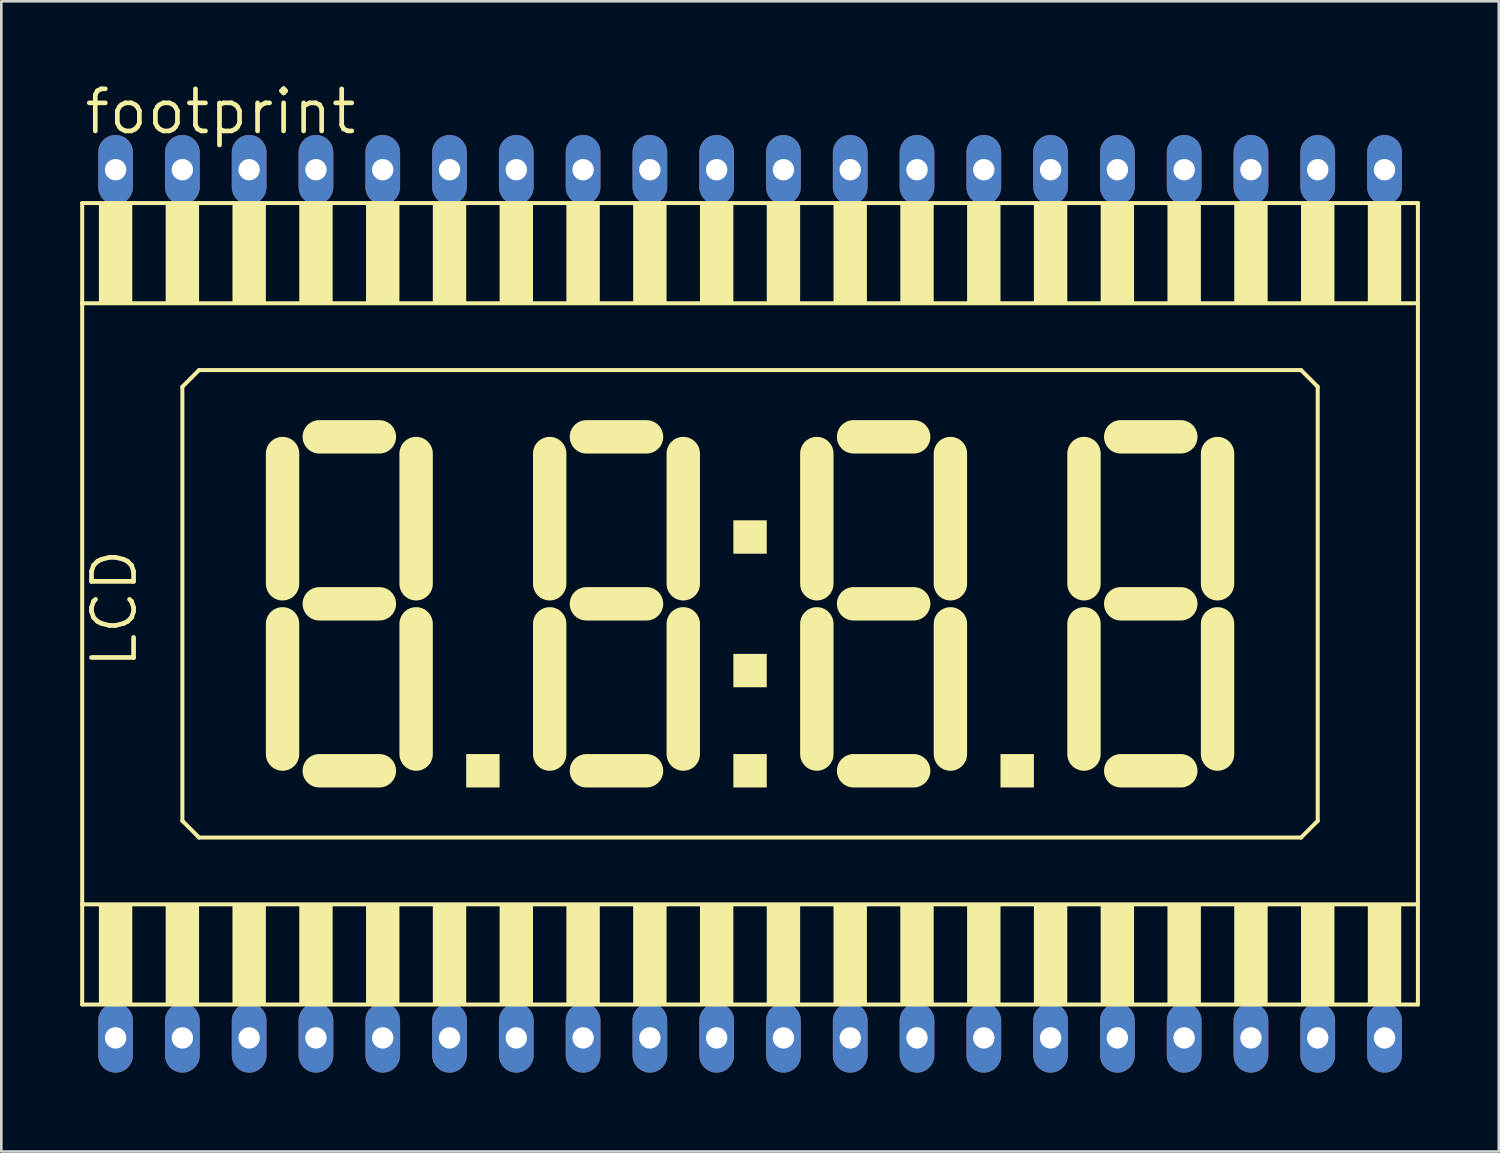
<source format=kicad_pcb>
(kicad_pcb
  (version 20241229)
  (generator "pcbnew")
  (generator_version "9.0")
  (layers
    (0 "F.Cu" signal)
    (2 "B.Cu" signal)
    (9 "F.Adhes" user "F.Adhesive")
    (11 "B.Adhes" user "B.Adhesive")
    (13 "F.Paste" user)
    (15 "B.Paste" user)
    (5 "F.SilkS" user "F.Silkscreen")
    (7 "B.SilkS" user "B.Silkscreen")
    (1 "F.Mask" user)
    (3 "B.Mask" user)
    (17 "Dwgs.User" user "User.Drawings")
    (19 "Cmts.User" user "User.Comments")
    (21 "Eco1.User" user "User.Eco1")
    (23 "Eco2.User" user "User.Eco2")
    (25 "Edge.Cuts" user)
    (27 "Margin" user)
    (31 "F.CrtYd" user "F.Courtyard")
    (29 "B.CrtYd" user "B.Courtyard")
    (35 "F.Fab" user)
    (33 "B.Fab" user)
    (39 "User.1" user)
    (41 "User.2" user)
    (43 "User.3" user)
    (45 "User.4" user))
  (footprint "footprint"
    (layer "F.Cu")
    (at 25.476 19.914)
    (property "Reference" "footprint" (at -25.4 -17.78 0) (layer "F.SilkS") (effects (font (size 1.6 1.6) (thickness 0.178)) (justify left bottom)))
    (fp_line (start -25.4 -15.24) (end -25.4 -11.43) (stroke (width 0.152) (type solid)) (layer "F.SilkS"))
    (fp_line (start -25.4 -11.43) (end -25.4 11.43) (stroke (width 0.152) (type solid)) (layer "F.SilkS"))
    (fp_line (start -25.4 -11.43) (end 25.4 -11.43) (stroke (width 0.152) (type solid)) (layer "F.SilkS"))
    (fp_line (start -25.4 11.43) (end -25.4 15.24) (stroke (width 0.152) (type solid)) (layer "F.SilkS"))
    (fp_line (start -25.4 15.24) (end 25.4 15.24) (stroke (width 0.152) (type solid)) (layer "F.SilkS"))
    (fp_line (start -21.59 -8.255) (end -21.59 8.255) (stroke (width 0.152) (type solid)) (layer "F.SilkS"))
    (fp_line (start -21.59 8.255) (end -20.955 8.89) (stroke (width 0.152) (type solid)) (layer "F.SilkS"))
    (fp_line (start -20.955 -8.89) (end -21.59 -8.255) (stroke (width 0.152) (type solid)) (layer "F.SilkS"))
    (fp_line (start -20.955 8.89) (end 20.955 8.89) (stroke (width 0.152) (type solid)) (layer "F.SilkS"))
    (fp_line (start -17.78 -5.715) (end -17.78 -0.762) (stroke (width 1.27) (type solid)) (layer "F.SilkS"))
    (fp_line (start -17.78 0.762) (end -17.78 5.715) (stroke (width 1.27) (type solid)) (layer "F.SilkS"))
    (fp_line (start -16.383 -6.35) (end -14.097 -6.35) (stroke (width 1.27) (type solid)) (layer "F.SilkS"))
    (fp_line (start -16.383 0) (end -14.097 0) (stroke (width 1.27) (type solid)) (layer "F.SilkS"))
    (fp_line (start -16.383 6.35) (end -14.097 6.35) (stroke (width 1.27) (type solid)) (layer "F.SilkS"))
    (fp_line (start -12.7 -0.762) (end -12.7 -5.715) (stroke (width 1.27) (type solid)) (layer "F.SilkS"))
    (fp_line (start -12.7 5.715) (end -12.7 0.762) (stroke (width 1.27) (type solid)) (layer "F.SilkS"))
    (fp_line (start -7.62 -5.715) (end -7.62 -0.762) (stroke (width 1.27) (type solid)) (layer "F.SilkS"))
    (fp_line (start -7.62 0.762) (end -7.62 5.715) (stroke (width 1.27) (type solid)) (layer "F.SilkS"))
    (fp_line (start -6.223 -6.35) (end -3.937 -6.35) (stroke (width 1.27) (type solid)) (layer "F.SilkS"))
    (fp_line (start -6.223 0) (end -3.937 0) (stroke (width 1.27) (type solid)) (layer "F.SilkS"))
    (fp_line (start -6.223 6.35) (end -3.937 6.35) (stroke (width 1.27) (type solid)) (layer "F.SilkS"))
    (fp_line (start -2.54 -0.762) (end -2.54 -5.715) (stroke (width 1.27) (type solid)) (layer "F.SilkS"))
    (fp_line (start -2.54 5.715) (end -2.54 0.762) (stroke (width 1.27) (type solid)) (layer "F.SilkS"))
    (fp_line (start 2.54 -5.715) (end 2.54 -0.762) (stroke (width 1.27) (type solid)) (layer "F.SilkS"))
    (fp_line (start 2.54 0.762) (end 2.54 5.715) (stroke (width 1.27) (type solid)) (layer "F.SilkS"))
    (fp_line (start 3.937 -6.35) (end 6.223 -6.35) (stroke (width 1.27) (type solid)) (layer "F.SilkS"))
    (fp_line (start 3.937 0) (end 6.223 0) (stroke (width 1.27) (type solid)) (layer "F.SilkS"))
    (fp_line (start 3.937 6.35) (end 6.223 6.35) (stroke (width 1.27) (type solid)) (layer "F.SilkS"))
    (fp_line (start 7.62 -0.762) (end 7.62 -5.715) (stroke (width 1.27) (type solid)) (layer "F.SilkS"))
    (fp_line (start 7.62 5.715) (end 7.62 0.762) (stroke (width 1.27) (type solid)) (layer "F.SilkS"))
    (fp_line (start 12.7 -5.715) (end 12.7 -0.762) (stroke (width 1.27) (type solid)) (layer "F.SilkS"))
    (fp_line (start 12.7 0.762) (end 12.7 5.715) (stroke (width 1.27) (type solid)) (layer "F.SilkS"))
    (fp_line (start 14.097 -6.35) (end 16.383 -6.35) (stroke (width 1.27) (type solid)) (layer "F.SilkS"))
    (fp_line (start 14.097 0) (end 16.383 0) (stroke (width 1.27) (type solid)) (layer "F.SilkS"))
    (fp_line (start 14.097 6.35) (end 16.383 6.35) (stroke (width 1.27) (type solid)) (layer "F.SilkS"))
    (fp_line (start 17.78 -0.762) (end 17.78 -5.715) (stroke (width 1.27) (type solid)) (layer "F.SilkS"))
    (fp_line (start 17.78 5.715) (end 17.78 0.762) (stroke (width 1.27) (type solid)) (layer "F.SilkS"))
    (fp_line (start 20.955 -8.89) (end -20.955 -8.89) (stroke (width 0.152) (type solid)) (layer "F.SilkS"))
    (fp_line (start 20.955 8.89) (end 21.59 8.255) (stroke (width 0.152) (type solid)) (layer "F.SilkS"))
    (fp_line (start 21.59 -8.255) (end 20.955 -8.89) (stroke (width 0.152) (type solid)) (layer "F.SilkS"))
    (fp_line (start 21.59 8.255) (end 21.59 -8.255) (stroke (width 0.152) (type solid)) (layer "F.SilkS"))
    (fp_line (start 25.4 -15.24) (end -25.4 -15.24) (stroke (width 0.152) (type solid)) (layer "F.SilkS"))
    (fp_line (start 25.4 -11.43) (end 25.4 -15.24) (stroke (width 0.152) (type solid)) (layer "F.SilkS"))
    (fp_line (start 25.4 11.43) (end -25.4 11.43) (stroke (width 0.152) (type solid)) (layer "F.SilkS"))
    (fp_line (start 25.4 11.43) (end 25.4 -11.43) (stroke (width 0.152) (type solid)) (layer "F.SilkS"))
    (fp_line (start 25.4 15.24) (end 25.4 11.43) (stroke (width 0.152) (type solid)) (layer "F.SilkS"))
    (fp_poly (pts (xy -24.765 -11.43) (xy -23.495 -11.43) (xy -23.495 -15.24) (xy -24.765 -15.24)) (stroke (width 0) (type solid)) (fill yes) (layer "F.SilkS"))
    (fp_poly (pts (xy -24.765 15.24) (xy -23.495 15.24) (xy -23.495 11.43) (xy -24.765 11.43)) (stroke (width 0) (type solid)) (fill yes) (layer "F.SilkS"))
    (fp_poly (pts (xy -22.225 -11.43) (xy -20.955 -11.43) (xy -20.955 -15.24) (xy -22.225 -15.24)) (stroke (width 0) (type solid)) (fill yes) (layer "F.SilkS"))
    (fp_poly (pts (xy -22.225 15.24) (xy -20.955 15.24) (xy -20.955 11.43) (xy -22.225 11.43)) (stroke (width 0) (type solid)) (fill yes) (layer "F.SilkS"))
    (fp_poly (pts (xy -19.685 -11.43) (xy -18.415 -11.43) (xy -18.415 -15.24) (xy -19.685 -15.24)) (stroke (width 0) (type solid)) (fill yes) (layer "F.SilkS"))
    (fp_poly (pts (xy -19.685 15.24) (xy -18.415 15.24) (xy -18.415 11.43) (xy -19.685 11.43)) (stroke (width 0) (type solid)) (fill yes) (layer "F.SilkS"))
    (fp_poly (pts (xy -17.145 -11.43) (xy -15.875 -11.43) (xy -15.875 -15.24) (xy -17.145 -15.24)) (stroke (width 0) (type solid)) (fill yes) (layer "F.SilkS"))
    (fp_poly (pts (xy -17.145 15.24) (xy -15.875 15.24) (xy -15.875 11.43) (xy -17.145 11.43)) (stroke (width 0) (type solid)) (fill yes) (layer "F.SilkS"))
    (fp_poly (pts (xy -14.605 -11.43) (xy -13.335 -11.43) (xy -13.335 -15.24) (xy -14.605 -15.24)) (stroke (width 0) (type solid)) (fill yes) (layer "F.SilkS"))
    (fp_poly (pts (xy -14.605 15.24) (xy -13.335 15.24) (xy -13.335 11.43) (xy -14.605 11.43)) (stroke (width 0) (type solid)) (fill yes) (layer "F.SilkS"))
    (fp_poly (pts (xy -12.065 -11.43) (xy -10.795 -11.43) (xy -10.795 -15.24) (xy -12.065 -15.24)) (stroke (width 0) (type solid)) (fill yes) (layer "F.SilkS"))
    (fp_poly (pts (xy -12.065 15.24) (xy -10.795 15.24) (xy -10.795 11.43) (xy -12.065 11.43)) (stroke (width 0) (type solid)) (fill yes) (layer "F.SilkS"))
    (fp_poly (pts (xy -10.795 6.985) (xy -9.525 6.985) (xy -9.525 5.715) (xy -10.795 5.715)) (stroke (width 0) (type solid)) (fill yes) (layer "F.SilkS"))
    (fp_poly (pts (xy -9.525 -11.43) (xy -8.255 -11.43) (xy -8.255 -15.24) (xy -9.525 -15.24)) (stroke (width 0) (type solid)) (fill yes) (layer "F.SilkS"))
    (fp_poly (pts (xy -9.525 15.24) (xy -8.255 15.24) (xy -8.255 11.43) (xy -9.525 11.43)) (stroke (width 0) (type solid)) (fill yes) (layer "F.SilkS"))
    (fp_poly (pts (xy -6.985 -11.43) (xy -5.715 -11.43) (xy -5.715 -15.24) (xy -6.985 -15.24)) (stroke (width 0) (type solid)) (fill yes) (layer "F.SilkS"))
    (fp_poly (pts (xy -6.985 15.24) (xy -5.715 15.24) (xy -5.715 11.43) (xy -6.985 11.43)) (stroke (width 0) (type solid)) (fill yes) (layer "F.SilkS"))
    (fp_poly (pts (xy -4.445 -11.43) (xy -3.175 -11.43) (xy -3.175 -15.24) (xy -4.445 -15.24)) (stroke (width 0) (type solid)) (fill yes) (layer "F.SilkS"))
    (fp_poly (pts (xy -4.445 15.24) (xy -3.175 15.24) (xy -3.175 11.43) (xy -4.445 11.43)) (stroke (width 0) (type solid)) (fill yes) (layer "F.SilkS"))
    (fp_poly (pts (xy -1.905 -11.43) (xy -0.635 -11.43) (xy -0.635 -15.24) (xy -1.905 -15.24)) (stroke (width 0) (type solid)) (fill yes) (layer "F.SilkS"))
    (fp_poly (pts (xy -1.905 15.24) (xy -0.635 15.24) (xy -0.635 11.43) (xy -1.905 11.43)) (stroke (width 0) (type solid)) (fill yes) (layer "F.SilkS"))
    (fp_poly (pts (xy -0.635 -1.905) (xy 0.635 -1.905) (xy 0.635 -3.175) (xy -0.635 -3.175)) (stroke (width 0) (type solid)) (fill yes) (layer "F.SilkS"))
    (fp_poly (pts (xy -0.635 3.175) (xy 0.635 3.175) (xy 0.635 1.905) (xy -0.635 1.905)) (stroke (width 0) (type solid)) (fill yes) (layer "F.SilkS"))
    (fp_poly (pts (xy -0.635 6.985) (xy 0.635 6.985) (xy 0.635 5.715) (xy -0.635 5.715)) (stroke (width 0) (type solid)) (fill yes) (layer "F.SilkS"))
    (fp_poly (pts (xy 0.635 -11.43) (xy 1.905 -11.43) (xy 1.905 -15.24) (xy 0.635 -15.24)) (stroke (width 0) (type solid)) (fill yes) (layer "F.SilkS"))
    (fp_poly (pts (xy 0.635 15.24) (xy 1.905 15.24) (xy 1.905 11.43) (xy 0.635 11.43)) (stroke (width 0) (type solid)) (fill yes) (layer "F.SilkS"))
    (fp_poly (pts (xy 3.175 -11.43) (xy 4.445 -11.43) (xy 4.445 -15.24) (xy 3.175 -15.24)) (stroke (width 0) (type solid)) (fill yes) (layer "F.SilkS"))
    (fp_poly (pts (xy 3.175 15.24) (xy 4.445 15.24) (xy 4.445 11.43) (xy 3.175 11.43)) (stroke (width 0) (type solid)) (fill yes) (layer "F.SilkS"))
    (fp_poly (pts (xy 5.715 -11.43) (xy 6.985 -11.43) (xy 6.985 -15.24) (xy 5.715 -15.24)) (stroke (width 0) (type solid)) (fill yes) (layer "F.SilkS"))
    (fp_poly (pts (xy 5.715 15.24) (xy 6.985 15.24) (xy 6.985 11.43) (xy 5.715 11.43)) (stroke (width 0) (type solid)) (fill yes) (layer "F.SilkS"))
    (fp_poly (pts (xy 8.255 -11.43) (xy 9.525 -11.43) (xy 9.525 -15.24) (xy 8.255 -15.24)) (stroke (width 0) (type solid)) (fill yes) (layer "F.SilkS"))
    (fp_poly (pts (xy 8.255 15.24) (xy 9.525 15.24) (xy 9.525 11.43) (xy 8.255 11.43)) (stroke (width 0) (type solid)) (fill yes) (layer "F.SilkS"))
    (fp_poly (pts (xy 9.525 6.985) (xy 10.795 6.985) (xy 10.795 5.715) (xy 9.525 5.715)) (stroke (width 0) (type solid)) (fill yes) (layer "F.SilkS"))
    (fp_poly (pts (xy 10.795 -11.43) (xy 12.065 -11.43) (xy 12.065 -15.24) (xy 10.795 -15.24)) (stroke (width 0) (type solid)) (fill yes) (layer "F.SilkS"))
    (fp_poly (pts (xy 10.795 15.24) (xy 12.065 15.24) (xy 12.065 11.43) (xy 10.795 11.43)) (stroke (width 0) (type solid)) (fill yes) (layer "F.SilkS"))
    (fp_poly (pts (xy 13.335 -11.43) (xy 14.605 -11.43) (xy 14.605 -15.24) (xy 13.335 -15.24)) (stroke (width 0) (type solid)) (fill yes) (layer "F.SilkS"))
    (fp_poly (pts (xy 13.335 15.24) (xy 14.605 15.24) (xy 14.605 11.43) (xy 13.335 11.43)) (stroke (width 0) (type solid)) (fill yes) (layer "F.SilkS"))
    (fp_poly (pts (xy 15.875 -11.43) (xy 17.145 -11.43) (xy 17.145 -15.24) (xy 15.875 -15.24)) (stroke (width 0) (type solid)) (fill yes) (layer "F.SilkS"))
    (fp_poly (pts (xy 15.875 15.24) (xy 17.145 15.24) (xy 17.145 11.43) (xy 15.875 11.43)) (stroke (width 0) (type solid)) (fill yes) (layer "F.SilkS"))
    (fp_poly (pts (xy 18.415 -11.43) (xy 19.685 -11.43) (xy 19.685 -15.24) (xy 18.415 -15.24)) (stroke (width 0) (type solid)) (fill yes) (layer "F.SilkS"))
    (fp_poly (pts (xy 18.415 15.24) (xy 19.685 15.24) (xy 19.685 11.43) (xy 18.415 11.43)) (stroke (width 0) (type solid)) (fill yes) (layer "F.SilkS"))
    (fp_poly (pts (xy 20.955 -11.43) (xy 22.225 -11.43) (xy 22.225 -15.24) (xy 20.955 -15.24)) (stroke (width 0) (type solid)) (fill yes) (layer "F.SilkS"))
    (fp_poly (pts (xy 20.955 15.24) (xy 22.225 15.24) (xy 22.225 11.43) (xy 20.955 11.43)) (stroke (width 0) (type solid)) (fill yes) (layer "F.SilkS"))
    (fp_poly (pts (xy 23.495 -11.43) (xy 24.765 -11.43) (xy 24.765 -15.24) (xy 23.495 -15.24)) (stroke (width 0) (type solid)) (fill yes) (layer "F.SilkS"))
    (fp_poly (pts (xy 23.495 15.24) (xy 24.765 15.24) (xy 24.765 11.43) (xy 23.495 11.43)) (stroke (width 0) (type solid)) (fill yes) (layer "F.SilkS"))
    (fp_text user "LCD" (at -23.241 2.54 90) (layer "F.SilkS") (effects (font (size 1.6 1.6) (thickness 0.178)) (justify left bottom)))
    (pad "1" thru_hole oval (at -24.13 16.51 90) (size 2.642 1.321) (drill 0.813) (layers "*.Cu" "*.Mask"))
    (pad "2" thru_hole oval (at -21.59 16.51 90) (size 2.642 1.321) (drill 0.813) (layers "*.Cu" "*.Mask"))
    (pad "3" thru_hole oval (at -19.05 16.51 90) (size 2.642 1.321) (drill 0.813) (layers "*.Cu" "*.Mask"))
    (pad "4" thru_hole oval (at -16.51 16.51 90) (size 2.642 1.321) (drill 0.813) (layers "*.Cu" "*.Mask"))
    (pad "5" thru_hole oval (at -13.97 16.51 90) (size 2.642 1.321) (drill 0.813) (layers "*.Cu" "*.Mask"))
    (pad "6" thru_hole oval (at -11.43 16.51 90) (size 2.642 1.321) (drill 0.813) (layers "*.Cu" "*.Mask"))
    (pad "7" thru_hole oval (at -8.89 16.51 90) (size 2.642 1.321) (drill 0.813) (layers "*.Cu" "*.Mask"))
    (pad "8" thru_hole oval (at -6.35 16.51 90) (size 2.642 1.321) (drill 0.813) (layers "*.Cu" "*.Mask"))
    (pad "9" thru_hole oval (at -3.81 16.51 90) (size 2.642 1.321) (drill 0.813) (layers "*.Cu" "*.Mask"))
    (pad "10" thru_hole oval (at -1.27 16.51 90) (size 2.642 1.321) (drill 0.813) (layers "*.Cu" "*.Mask"))
    (pad "11" thru_hole oval (at 1.27 16.51 90) (size 2.642 1.321) (drill 0.813) (layers "*.Cu" "*.Mask"))
    (pad "12" thru_hole oval (at 3.81 16.51 90) (size 2.642 1.321) (drill 0.813) (layers "*.Cu" "*.Mask"))
    (pad "13" thru_hole oval (at 6.35 16.51 90) (size 2.642 1.321) (drill 0.813) (layers "*.Cu" "*.Mask"))
    (pad "14" thru_hole oval (at 8.89 16.51 90) (size 2.642 1.321) (drill 0.813) (layers "*.Cu" "*.Mask"))
    (pad "15" thru_hole oval (at 11.43 16.51 90) (size 2.642 1.321) (drill 0.813) (layers "*.Cu" "*.Mask"))
    (pad "16" thru_hole oval (at 13.97 16.51 90) (size 2.642 1.321) (drill 0.813) (layers "*.Cu" "*.Mask"))
    (pad "17" thru_hole oval (at 16.51 16.51 90) (size 2.642 1.321) (drill 0.813) (layers "*.Cu" "*.Mask"))
    (pad "18" thru_hole oval (at 19.05 16.51 90) (size 2.642 1.321) (drill 0.813) (layers "*.Cu" "*.Mask"))
    (pad "19" thru_hole oval (at 21.59 16.51 90) (size 2.642 1.321) (drill 0.813) (layers "*.Cu" "*.Mask"))
    (pad "20" thru_hole oval (at 24.13 16.51 90) (size 2.642 1.321) (drill 0.813) (layers "*.Cu" "*.Mask"))
    (pad "21" thru_hole oval (at 24.13 -16.51 90) (size 2.642 1.321) (drill 0.813) (layers "*.Cu" "*.Mask"))
    (pad "22" thru_hole oval (at 21.59 -16.51 90) (size 2.642 1.321) (drill 0.813) (layers "*.Cu" "*.Mask"))
    (pad "23" thru_hole oval (at 19.05 -16.51 90) (size 2.642 1.321) (drill 0.813) (layers "*.Cu" "*.Mask"))
    (pad "24" thru_hole oval (at 16.51 -16.51 90) (size 2.642 1.321) (drill 0.813) (layers "*.Cu" "*.Mask"))
    (pad "25" thru_hole oval (at 13.97 -16.51 90) (size 2.642 1.321) (drill 0.813) (layers "*.Cu" "*.Mask"))
    (pad "26" thru_hole oval (at 11.43 -16.51 90) (size 2.642 1.321) (drill 0.813) (layers "*.Cu" "*.Mask"))
    (pad "27" thru_hole oval (at 8.89 -16.51 90) (size 2.642 1.321) (drill 0.813) (layers "*.Cu" "*.Mask"))
    (pad "28" thru_hole oval (at 6.35 -16.51 90) (size 2.642 1.321) (drill 0.813) (layers "*.Cu" "*.Mask"))
    (pad "29" thru_hole oval (at 3.81 -16.51 90) (size 2.642 1.321) (drill 0.813) (layers "*.Cu" "*.Mask"))
    (pad "30" thru_hole oval (at 1.27 -16.51 90) (size 2.642 1.321) (drill 0.813) (layers "*.Cu" "*.Mask"))
    (pad "31" thru_hole oval (at -1.27 -16.51 90) (size 2.642 1.321) (drill 0.813) (layers "*.Cu" "*.Mask"))
    (pad "32" thru_hole oval (at -3.81 -16.51 90) (size 2.642 1.321) (drill 0.813) (layers "*.Cu" "*.Mask"))
    (pad "33" thru_hole oval (at -6.35 -16.51 90) (size 2.642 1.321) (drill 0.813) (layers "*.Cu" "*.Mask"))
    (pad "34" thru_hole oval (at -8.89 -16.51 90) (size 2.642 1.321) (drill 0.813) (layers "*.Cu" "*.Mask"))
    (pad "35" thru_hole oval (at -11.43 -16.51 90) (size 2.642 1.321) (drill 0.813) (layers "*.Cu" "*.Mask"))
    (pad "36" thru_hole oval (at -13.97 -16.51 90) (size 2.642 1.321) (drill 0.813) (layers "*.Cu" "*.Mask"))
    (pad "37" thru_hole oval (at -16.51 -16.51 90) (size 2.642 1.321) (drill 0.813) (layers "*.Cu" "*.Mask"))
    (pad "38" thru_hole oval (at -19.05 -16.51 90) (size 2.642 1.321) (drill 0.813) (layers "*.Cu" "*.Mask"))
    (pad "39" thru_hole oval (at -21.59 -16.51 90) (size 2.642 1.321) (drill 0.813) (layers "*.Cu" "*.Mask"))
    (pad "40" thru_hole oval (at -24.13 -16.51 90) (size 2.642 1.321) (drill 0.813) (layers "*.Cu" "*.Mask")))
  (gr_rect
    (start -3 -3)
    (end 53.952 40.744)
    (stroke (width 0.1) (type default))
    (fill no)
    (layer "Edge.Cuts")))
</source>
